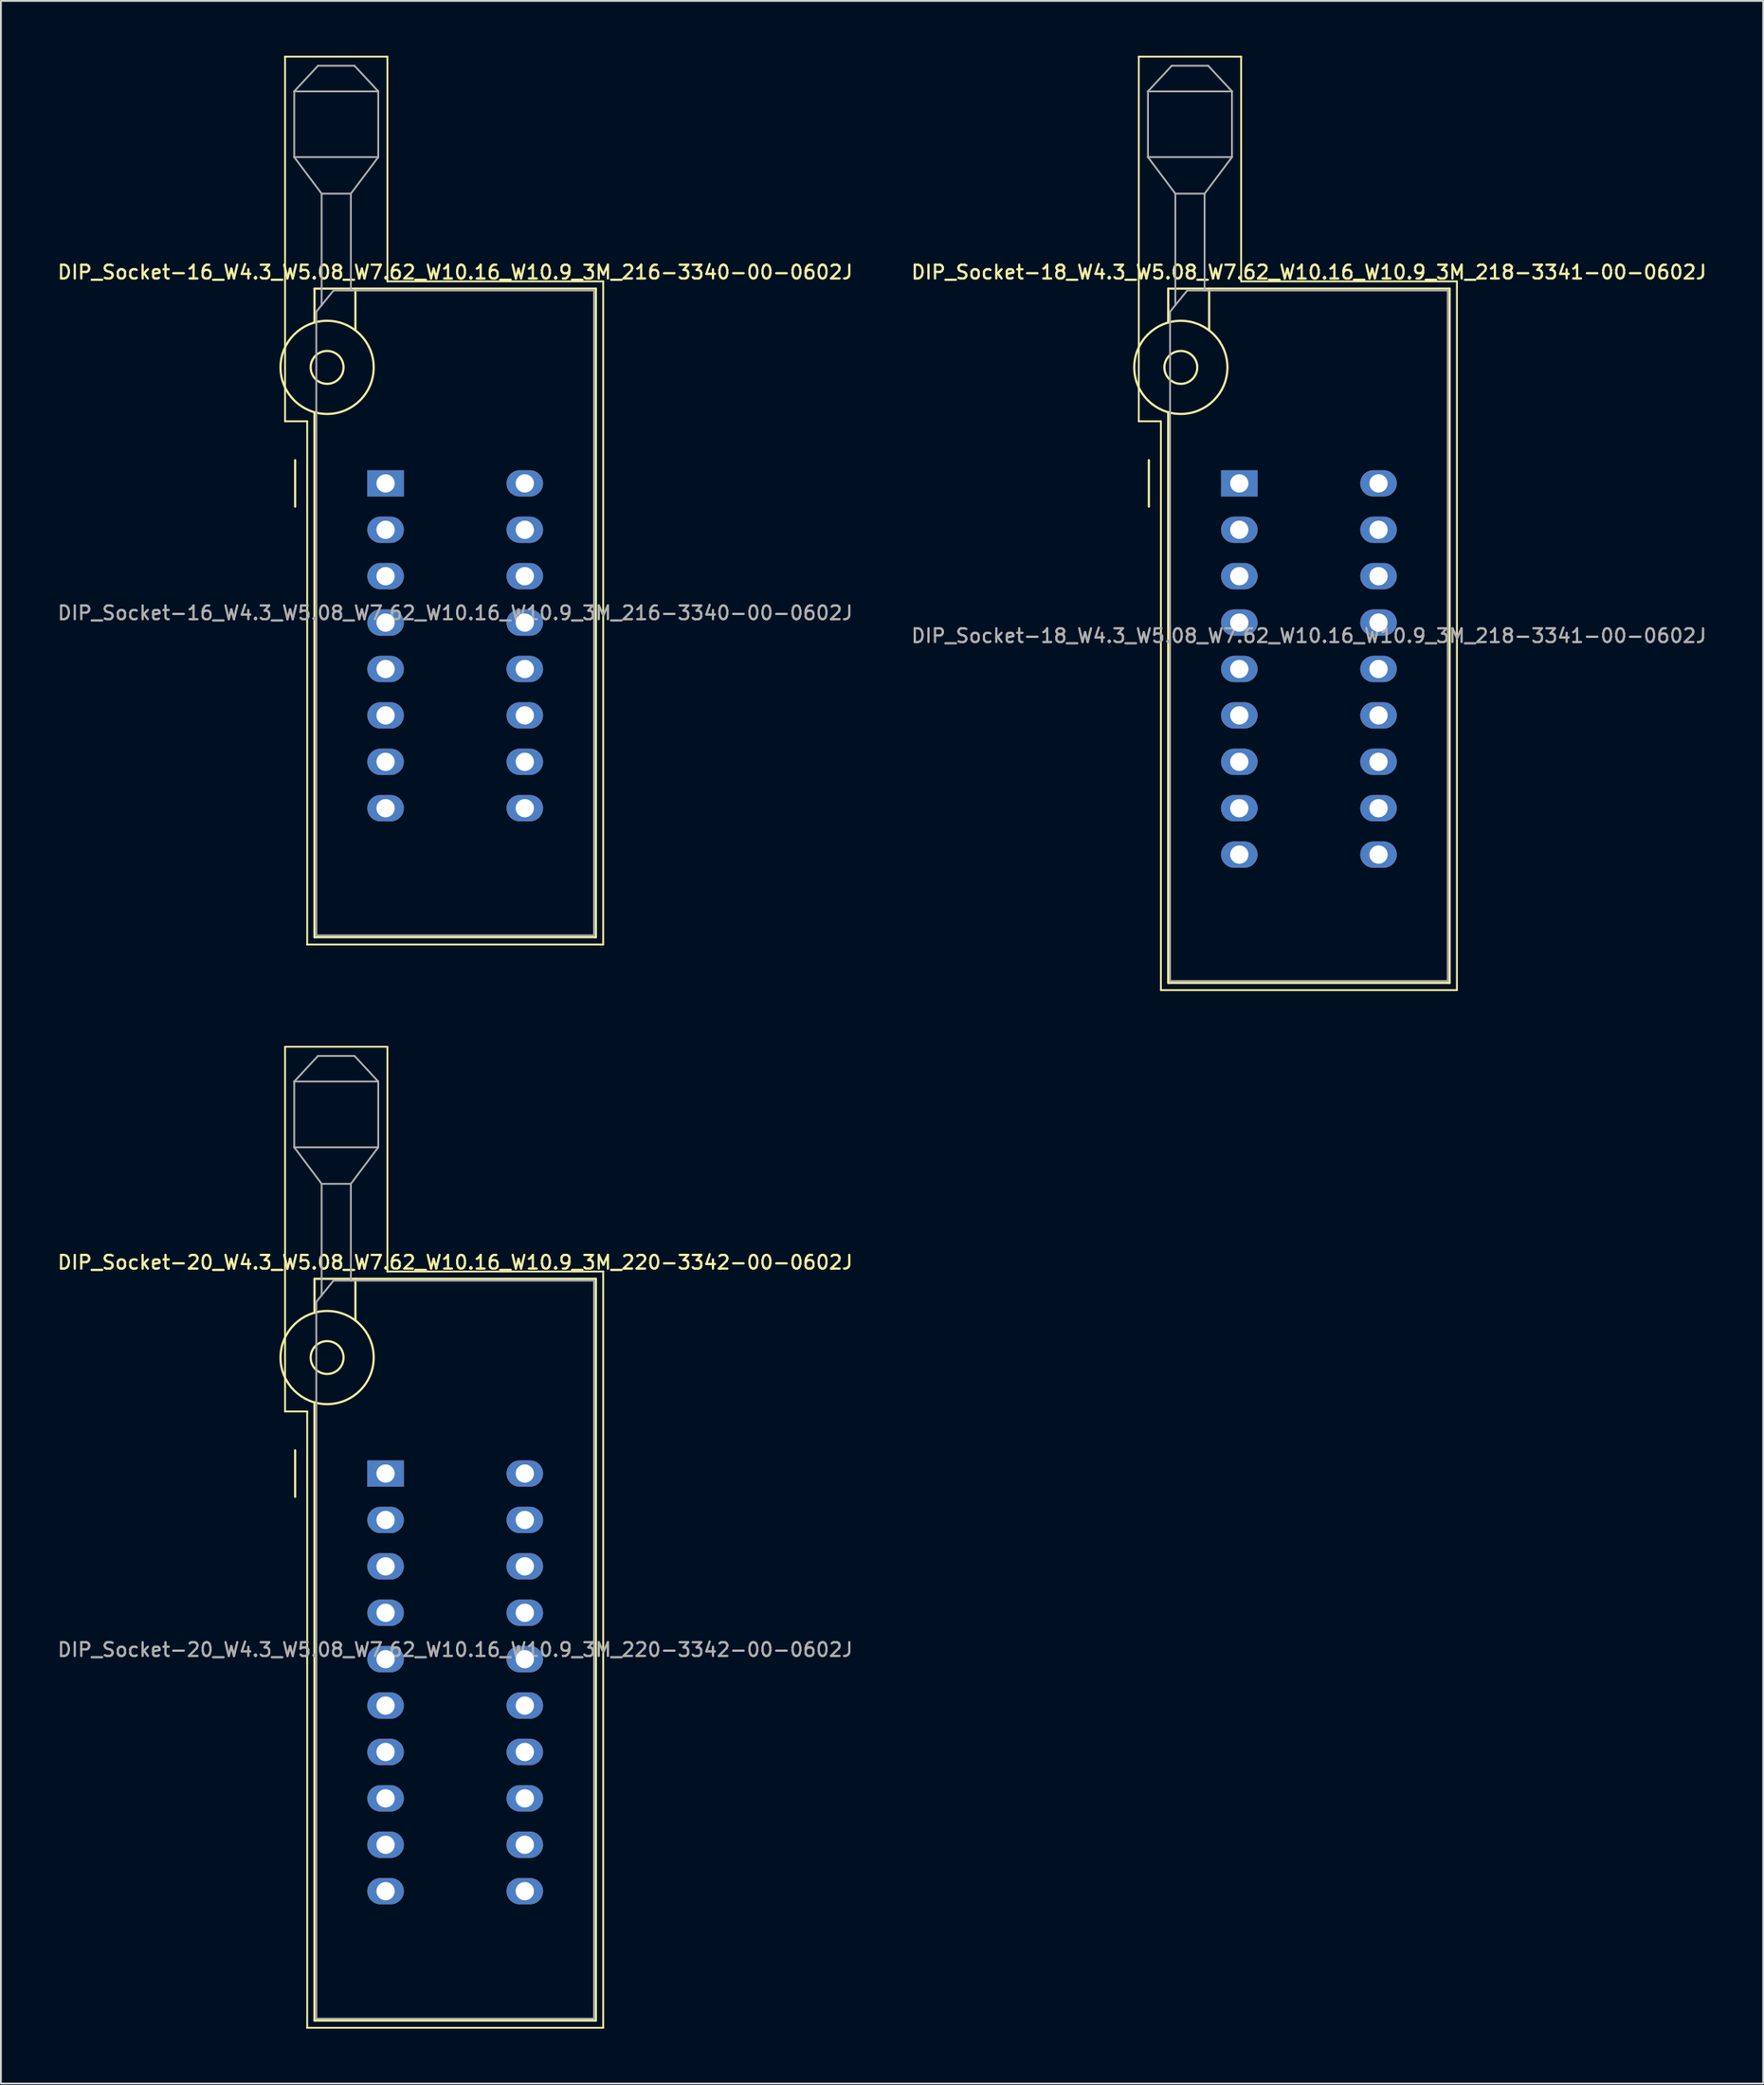
<source format=kicad_pcb>
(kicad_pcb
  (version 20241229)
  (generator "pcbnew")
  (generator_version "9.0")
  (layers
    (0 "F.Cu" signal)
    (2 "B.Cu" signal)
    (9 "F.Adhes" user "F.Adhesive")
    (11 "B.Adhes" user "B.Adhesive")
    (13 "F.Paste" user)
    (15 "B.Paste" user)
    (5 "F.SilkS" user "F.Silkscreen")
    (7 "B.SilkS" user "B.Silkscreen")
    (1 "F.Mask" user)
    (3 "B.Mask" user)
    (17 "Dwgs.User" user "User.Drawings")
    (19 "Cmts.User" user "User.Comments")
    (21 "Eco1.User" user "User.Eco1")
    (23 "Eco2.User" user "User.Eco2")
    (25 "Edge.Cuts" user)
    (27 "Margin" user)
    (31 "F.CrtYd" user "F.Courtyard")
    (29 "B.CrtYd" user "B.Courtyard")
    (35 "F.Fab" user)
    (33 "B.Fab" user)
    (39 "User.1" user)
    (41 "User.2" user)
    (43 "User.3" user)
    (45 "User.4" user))
  (footprint "DIP_Socket-16_W4.3_W5.08_W7.62_W10.16_W10.9_3M_216-3340-00-0602J"
    (layer "F.Cu")
    (at 18.053 23.41)
    (property "Reference" "DIP_Socket-16_W4.3_W5.08_W7.62_W10.16_W10.9_3M_216-3340-00-0602J" (at 3.81 -11.56 0) (layer "F.SilkS") (effects (font (size 0.75 0.75) (thickness 0.125))))
    (attr through_hole)
    (fp_line (start -5.5 -23.36) (end 0.1 -23.36) (stroke (width 0.1) (type solid)) (layer "F.SilkS"))
    (fp_line (start -5.5 -3.4) (end -5.5 -23.36) (stroke (width 0.1) (type solid)) (layer "F.SilkS"))
    (fp_line (start -4.95 1.27) (end -4.95 -1.27) (stroke (width 0.12) (type solid)) (layer "F.SilkS"))
    (fp_line (start -4.29 -3.4) (end -5.5 -3.4) (stroke (width 0.1) (type solid)) (layer "F.SilkS"))
    (fp_line (start -4.29 25.24) (end -4.29 -3.4) (stroke (width 0.1) (type solid)) (layer "F.SilkS"))
    (fp_line (start -3.89 -10.66) (end -3.89 -8.8) (stroke (width 0.12) (type solid)) (layer "F.SilkS"))
    (fp_line (start -3.89 -3.9) (end -3.89 24.84) (stroke (width 0.12) (type solid)) (layer "F.SilkS"))
    (fp_line (start -3.89 24.84) (end 11.51 24.84) (stroke (width 0.12) (type solid)) (layer "F.SilkS"))
    (fp_line (start -1.65 -10.66) (end -1.65 -8.4) (stroke (width 0.12) (type solid)) (layer "F.SilkS"))
    (fp_line (start 0.1 -23.36) (end 0.1 -11.06) (stroke (width 0.1) (type solid)) (layer "F.SilkS"))
    (fp_line (start 0.1 -11.06) (end 11.91 -11.06) (stroke (width 0.1) (type solid)) (layer "F.SilkS"))
    (fp_line (start 11.51 -10.66) (end -3.89 -10.66) (stroke (width 0.12) (type solid)) (layer "F.SilkS"))
    (fp_line (start 11.51 24.84) (end 11.51 -10.66) (stroke (width 0.12) (type solid)) (layer "F.SilkS"))
    (fp_line (start 11.91 -11.06) (end 11.91 25.24) (stroke (width 0.1) (type solid)) (layer "F.SilkS"))
    (fp_line (start 11.91 25.24) (end -4.29 25.24) (stroke (width 0.1) (type solid)) (layer "F.SilkS"))
    (fp_circle (center -3.2 -6.35) (end -2.3 -6.35) (stroke (width 0.12) (type solid)) (fill no) (layer "F.SilkS"))
    (fp_circle (center -3.2 -6.35) (end -0.65 -6.35) (stroke (width 0.12) (type solid)) (fill no) (layer "F.SilkS"))
    (fp_line (start -5 -21.46) (end -5 -17.86) (stroke (width 0.1) (type solid)) (layer "F.Fab"))
    (fp_line (start -5 -21.46) (end -3.7 -22.86) (stroke (width 0.1) (type solid)) (layer "F.Fab"))
    (fp_line (start -5 -17.86) (end -3.5 -15.86) (stroke (width 0.1) (type solid)) (layer "F.Fab"))
    (fp_line (start -5 -17.86) (end -0.4 -17.86) (stroke (width 0.1) (type solid)) (layer "F.Fab"))
    (fp_line (start -3.79 -9.4) (end -2.85 -10.56) (stroke (width 0.1) (type solid)) (layer "F.Fab"))
    (fp_line (start -3.79 24.74) (end -3.79 -9.4) (stroke (width 0.1) (type solid)) (layer "F.Fab"))
    (fp_line (start -3.7 -22.86) (end -1.7 -22.86) (stroke (width 0.1) (type solid)) (layer "F.Fab"))
    (fp_line (start -3.5 -15.86) (end -1.9 -15.86) (stroke (width 0.1) (type solid)) (layer "F.Fab"))
    (fp_line (start -3.5 -9.75) (end -3.5 -15.86) (stroke (width 0.1) (type solid)) (layer "F.Fab"))
    (fp_line (start -2.85 -10.56) (end 11.41 -10.56) (stroke (width 0.1) (type solid)) (layer "F.Fab"))
    (fp_line (start -1.9 -15.86) (end -1.9 -10.56) (stroke (width 0.1) (type solid)) (layer "F.Fab"))
    (fp_line (start -1.7 -22.86) (end -0.4 -21.46) (stroke (width 0.1) (type solid)) (layer "F.Fab"))
    (fp_line (start -0.4 -21.46) (end -5 -21.46) (stroke (width 0.1) (type solid)) (layer "F.Fab"))
    (fp_line (start -0.4 -17.86) (end -1.9 -15.86) (stroke (width 0.1) (type solid)) (layer "F.Fab"))
    (fp_line (start -0.4 -17.86) (end -0.4 -21.46) (stroke (width 0.1) (type solid)) (layer "F.Fab"))
    (fp_line (start 11.41 -10.56) (end 11.41 24.74) (stroke (width 0.1) (type solid)) (layer "F.Fab"))
    (fp_line (start 11.41 24.74) (end -3.79 24.74) (stroke (width 0.1) (type solid)) (layer "F.Fab"))
    (fp_text user "${REFERENCE}" (at 3.81 7.09 0) (layer "F.Fab") (effects (font (size 0.75 0.75) (thickness 0.125))))
    (pad "1" thru_hole rect (at 0 0) (size 2 1.44) (drill 1) (layers "*.Cu" "*.Mask"))
    (pad "2" thru_hole oval (at 0 2.54) (size 2 1.44) (drill 1) (layers "*.Cu" "*.Mask"))
    (pad "3" thru_hole oval (at 0 5.08) (size 2 1.44) (drill 1) (layers "*.Cu" "*.Mask"))
    (pad "4" thru_hole oval (at 0 7.62) (size 2 1.44) (drill 1) (layers "*.Cu" "*.Mask"))
    (pad "5" thru_hole oval (at 0 10.16) (size 2 1.44) (drill 1) (layers "*.Cu" "*.Mask"))
    (pad "6" thru_hole oval (at 0 12.7) (size 2 1.44) (drill 1) (layers "*.Cu" "*.Mask"))
    (pad "7" thru_hole oval (at 0 15.24) (size 2 1.44) (drill 1) (layers "*.Cu" "*.Mask"))
    (pad "8" thru_hole oval (at 0 17.78) (size 2 1.44) (drill 1) (layers "*.Cu" "*.Mask"))
    (pad "9" thru_hole oval (at 7.62 17.78) (size 2 1.44) (drill 1) (layers "*.Cu" "*.Mask"))
    (pad "10" thru_hole oval (at 7.62 15.24) (size 2 1.44) (drill 1) (layers "*.Cu" "*.Mask"))
    (pad "11" thru_hole oval (at 7.62 12.7) (size 2 1.44) (drill 1) (layers "*.Cu" "*.Mask"))
    (pad "12" thru_hole oval (at 7.62 10.16) (size 2 1.44) (drill 1) (layers "*.Cu" "*.Mask"))
    (pad "13" thru_hole oval (at 7.62 7.62) (size 2 1.44) (drill 1) (layers "*.Cu" "*.Mask"))
    (pad "14" thru_hole oval (at 7.62 5.08) (size 2 1.44) (drill 1) (layers "*.Cu" "*.Mask"))
    (pad "15" thru_hole oval (at 7.62 2.54) (size 2 1.44) (drill 1) (layers "*.Cu" "*.Mask"))
    (pad "16" thru_hole oval (at 7.62 0) (size 2 1.44) (drill 1) (layers "*.Cu" "*.Mask")))
  (footprint "DIP_Socket-20_W4.3_W5.08_W7.62_W10.16_W10.9_3M_220-3342-00-0602J"
    (layer "F.Cu")
    (at 18.053 77.61)
    (property "Reference" "DIP_Socket-20_W4.3_W5.08_W7.62_W10.16_W10.9_3M_220-3342-00-0602J" (at 3.81 -11.56 0) (layer "F.SilkS") (effects (font (size 0.75 0.75) (thickness 0.125))))
    (attr through_hole)
    (fp_line (start -5.5 -23.36) (end 0.1 -23.36) (stroke (width 0.1) (type solid)) (layer "F.SilkS"))
    (fp_line (start -5.5 -3.4) (end -5.5 -23.36) (stroke (width 0.1) (type solid)) (layer "F.SilkS"))
    (fp_line (start -4.95 1.27) (end -4.95 -1.27) (stroke (width 0.12) (type solid)) (layer "F.SilkS"))
    (fp_line (start -4.29 -3.4) (end -5.5 -3.4) (stroke (width 0.1) (type solid)) (layer "F.SilkS"))
    (fp_line (start -4.29 30.34) (end -4.29 -3.4) (stroke (width 0.1) (type solid)) (layer "F.SilkS"))
    (fp_line (start -3.89 -10.66) (end -3.89 -8.8) (stroke (width 0.12) (type solid)) (layer "F.SilkS"))
    (fp_line (start -3.89 -3.9) (end -3.89 29.94) (stroke (width 0.12) (type solid)) (layer "F.SilkS"))
    (fp_line (start -3.89 29.94) (end 11.51 29.94) (stroke (width 0.12) (type solid)) (layer "F.SilkS"))
    (fp_line (start -1.65 -10.66) (end -1.65 -8.4) (stroke (width 0.12) (type solid)) (layer "F.SilkS"))
    (fp_line (start 0.1 -23.36) (end 0.1 -11.06) (stroke (width 0.1) (type solid)) (layer "F.SilkS"))
    (fp_line (start 0.1 -11.06) (end 11.91 -11.06) (stroke (width 0.1) (type solid)) (layer "F.SilkS"))
    (fp_line (start 11.51 -10.66) (end -3.89 -10.66) (stroke (width 0.12) (type solid)) (layer "F.SilkS"))
    (fp_line (start 11.51 29.94) (end 11.51 -10.66) (stroke (width 0.12) (type solid)) (layer "F.SilkS"))
    (fp_line (start 11.91 -11.06) (end 11.91 30.34) (stroke (width 0.1) (type solid)) (layer "F.SilkS"))
    (fp_line (start 11.91 30.34) (end -4.29 30.34) (stroke (width 0.1) (type solid)) (layer "F.SilkS"))
    (fp_circle (center -3.2 -6.35) (end -2.3 -6.35) (stroke (width 0.12) (type solid)) (fill no) (layer "F.SilkS"))
    (fp_circle (center -3.2 -6.35) (end -0.65 -6.35) (stroke (width 0.12) (type solid)) (fill no) (layer "F.SilkS"))
    (fp_line (start -5 -21.46) (end -5 -17.86) (stroke (width 0.1) (type solid)) (layer "F.Fab"))
    (fp_line (start -5 -21.46) (end -3.7 -22.86) (stroke (width 0.1) (type solid)) (layer "F.Fab"))
    (fp_line (start -5 -17.86) (end -3.5 -15.86) (stroke (width 0.1) (type solid)) (layer "F.Fab"))
    (fp_line (start -5 -17.86) (end -0.4 -17.86) (stroke (width 0.1) (type solid)) (layer "F.Fab"))
    (fp_line (start -3.79 -9.4) (end -2.85 -10.56) (stroke (width 0.1) (type solid)) (layer "F.Fab"))
    (fp_line (start -3.79 29.84) (end -3.79 -9.4) (stroke (width 0.1) (type solid)) (layer "F.Fab"))
    (fp_line (start -3.7 -22.86) (end -1.7 -22.86) (stroke (width 0.1) (type solid)) (layer "F.Fab"))
    (fp_line (start -3.5 -15.86) (end -1.9 -15.86) (stroke (width 0.1) (type solid)) (layer "F.Fab"))
    (fp_line (start -3.5 -9.75) (end -3.5 -15.86) (stroke (width 0.1) (type solid)) (layer "F.Fab"))
    (fp_line (start -2.85 -10.56) (end 11.41 -10.56) (stroke (width 0.1) (type solid)) (layer "F.Fab"))
    (fp_line (start -1.9 -15.86) (end -1.9 -10.56) (stroke (width 0.1) (type solid)) (layer "F.Fab"))
    (fp_line (start -1.7 -22.86) (end -0.4 -21.46) (stroke (width 0.1) (type solid)) (layer "F.Fab"))
    (fp_line (start -0.4 -21.46) (end -5 -21.46) (stroke (width 0.1) (type solid)) (layer "F.Fab"))
    (fp_line (start -0.4 -17.86) (end -1.9 -15.86) (stroke (width 0.1) (type solid)) (layer "F.Fab"))
    (fp_line (start -0.4 -17.86) (end -0.4 -21.46) (stroke (width 0.1) (type solid)) (layer "F.Fab"))
    (fp_line (start 11.41 -10.56) (end 11.41 29.84) (stroke (width 0.1) (type solid)) (layer "F.Fab"))
    (fp_line (start 11.41 29.84) (end -3.79 29.84) (stroke (width 0.1) (type solid)) (layer "F.Fab"))
    (fp_text user "${REFERENCE}" (at 3.81 9.64 0) (layer "F.Fab") (effects (font (size 0.75 0.75) (thickness 0.125))))
    (pad "1" thru_hole rect (at 0 0) (size 2 1.44) (drill 1) (layers "*.Cu" "*.Mask"))
    (pad "2" thru_hole oval (at 0 2.54) (size 2 1.44) (drill 1) (layers "*.Cu" "*.Mask"))
    (pad "3" thru_hole oval (at 0 5.08) (size 2 1.44) (drill 1) (layers "*.Cu" "*.Mask"))
    (pad "4" thru_hole oval (at 0 7.62) (size 2 1.44) (drill 1) (layers "*.Cu" "*.Mask"))
    (pad "5" thru_hole oval (at 0 10.16) (size 2 1.44) (drill 1) (layers "*.Cu" "*.Mask"))
    (pad "6" thru_hole oval (at 0 12.7) (size 2 1.44) (drill 1) (layers "*.Cu" "*.Mask"))
    (pad "7" thru_hole oval (at 0 15.24) (size 2 1.44) (drill 1) (layers "*.Cu" "*.Mask"))
    (pad "8" thru_hole oval (at 0 17.78) (size 2 1.44) (drill 1) (layers "*.Cu" "*.Mask"))
    (pad "9" thru_hole oval (at 0 20.32) (size 2 1.44) (drill 1) (layers "*.Cu" "*.Mask"))
    (pad "10" thru_hole oval (at 0 22.86) (size 2 1.44) (drill 1) (layers "*.Cu" "*.Mask"))
    (pad "11" thru_hole oval (at 7.62 22.86) (size 2 1.44) (drill 1) (layers "*.Cu" "*.Mask"))
    (pad "12" thru_hole oval (at 7.62 20.32) (size 2 1.44) (drill 1) (layers "*.Cu" "*.Mask"))
    (pad "13" thru_hole oval (at 7.62 17.78) (size 2 1.44) (drill 1) (layers "*.Cu" "*.Mask"))
    (pad "14" thru_hole oval (at 7.62 15.24) (size 2 1.44) (drill 1) (layers "*.Cu" "*.Mask"))
    (pad "15" thru_hole oval (at 7.62 12.7) (size 2 1.44) (drill 1) (layers "*.Cu" "*.Mask"))
    (pad "16" thru_hole oval (at 7.62 10.16) (size 2 1.44) (drill 1) (layers "*.Cu" "*.Mask"))
    (pad "17" thru_hole oval (at 7.62 7.62) (size 2 1.44) (drill 1) (layers "*.Cu" "*.Mask"))
    (pad "18" thru_hole oval (at 7.62 5.08) (size 2 1.44) (drill 1) (layers "*.Cu" "*.Mask"))
    (pad "19" thru_hole oval (at 7.62 2.54) (size 2 1.44) (drill 1) (layers "*.Cu" "*.Mask"))
    (pad "20" thru_hole oval (at 7.62 0) (size 2 1.44) (drill 1) (layers "*.Cu" "*.Mask")))
  (footprint "DIP_Socket-18_W4.3_W5.08_W7.62_W10.16_W10.9_3M_218-3341-00-0602J"
    (layer "F.Cu")
    (at 64.778 23.41)
    (property "Reference" "DIP_Socket-18_W4.3_W5.08_W7.62_W10.16_W10.9_3M_218-3341-00-0602J" (at 3.81 -11.56 0) (layer "F.SilkS") (effects (font (size 0.75 0.75) (thickness 0.125))))
    (attr through_hole)
    (fp_line (start -5.5 -23.36) (end 0.1 -23.36) (stroke (width 0.1) (type solid)) (layer "F.SilkS"))
    (fp_line (start -5.5 -3.4) (end -5.5 -23.36) (stroke (width 0.1) (type solid)) (layer "F.SilkS"))
    (fp_line (start -4.95 1.27) (end -4.95 -1.27) (stroke (width 0.12) (type solid)) (layer "F.SilkS"))
    (fp_line (start -4.29 -3.4) (end -5.5 -3.4) (stroke (width 0.1) (type solid)) (layer "F.SilkS"))
    (fp_line (start -4.29 27.74) (end -4.29 -3.4) (stroke (width 0.1) (type solid)) (layer "F.SilkS"))
    (fp_line (start -3.89 -10.66) (end -3.89 -8.8) (stroke (width 0.12) (type solid)) (layer "F.SilkS"))
    (fp_line (start -3.89 -3.9) (end -3.89 27.34) (stroke (width 0.12) (type solid)) (layer "F.SilkS"))
    (fp_line (start -3.89 27.34) (end 11.51 27.34) (stroke (width 0.12) (type solid)) (layer "F.SilkS"))
    (fp_line (start -1.65 -10.66) (end -1.65 -8.4) (stroke (width 0.12) (type solid)) (layer "F.SilkS"))
    (fp_line (start 0.1 -23.36) (end 0.1 -11.06) (stroke (width 0.1) (type solid)) (layer "F.SilkS"))
    (fp_line (start 0.1 -11.06) (end 11.91 -11.06) (stroke (width 0.1) (type solid)) (layer "F.SilkS"))
    (fp_line (start 11.51 -10.66) (end -3.89 -10.66) (stroke (width 0.12) (type solid)) (layer "F.SilkS"))
    (fp_line (start 11.51 27.34) (end 11.51 -10.66) (stroke (width 0.12) (type solid)) (layer "F.SilkS"))
    (fp_line (start 11.91 -11.06) (end 11.91 27.74) (stroke (width 0.1) (type solid)) (layer "F.SilkS"))
    (fp_line (start 11.91 27.74) (end -4.29 27.74) (stroke (width 0.1) (type solid)) (layer "F.SilkS"))
    (fp_circle (center -3.2 -6.35) (end -2.3 -6.35) (stroke (width 0.12) (type solid)) (fill no) (layer "F.SilkS"))
    (fp_circle (center -3.2 -6.35) (end -0.65 -6.35) (stroke (width 0.12) (type solid)) (fill no) (layer "F.SilkS"))
    (fp_line (start -5 -21.46) (end -5 -17.86) (stroke (width 0.1) (type solid)) (layer "F.Fab"))
    (fp_line (start -5 -21.46) (end -3.7 -22.86) (stroke (width 0.1) (type solid)) (layer "F.Fab"))
    (fp_line (start -5 -17.86) (end -3.5 -15.86) (stroke (width 0.1) (type solid)) (layer "F.Fab"))
    (fp_line (start -5 -17.86) (end -0.4 -17.86) (stroke (width 0.1) (type solid)) (layer "F.Fab"))
    (fp_line (start -3.79 -9.4) (end -2.85 -10.56) (stroke (width 0.1) (type solid)) (layer "F.Fab"))
    (fp_line (start -3.79 27.24) (end -3.79 -9.4) (stroke (width 0.1) (type solid)) (layer "F.Fab"))
    (fp_line (start -3.7 -22.86) (end -1.7 -22.86) (stroke (width 0.1) (type solid)) (layer "F.Fab"))
    (fp_line (start -3.5 -15.86) (end -1.9 -15.86) (stroke (width 0.1) (type solid)) (layer "F.Fab"))
    (fp_line (start -3.5 -9.75) (end -3.5 -15.86) (stroke (width 0.1) (type solid)) (layer "F.Fab"))
    (fp_line (start -2.85 -10.56) (end 11.41 -10.56) (stroke (width 0.1) (type solid)) (layer "F.Fab"))
    (fp_line (start -1.9 -15.86) (end -1.9 -10.56) (stroke (width 0.1) (type solid)) (layer "F.Fab"))
    (fp_line (start -1.7 -22.86) (end -0.4 -21.46) (stroke (width 0.1) (type solid)) (layer "F.Fab"))
    (fp_line (start -0.4 -21.46) (end -5 -21.46) (stroke (width 0.1) (type solid)) (layer "F.Fab"))
    (fp_line (start -0.4 -17.86) (end -1.9 -15.86) (stroke (width 0.1) (type solid)) (layer "F.Fab"))
    (fp_line (start -0.4 -17.86) (end -0.4 -21.46) (stroke (width 0.1) (type solid)) (layer "F.Fab"))
    (fp_line (start 11.41 -10.56) (end 11.41 27.24) (stroke (width 0.1) (type solid)) (layer "F.Fab"))
    (fp_line (start 11.41 27.24) (end -3.79 27.24) (stroke (width 0.1) (type solid)) (layer "F.Fab"))
    (fp_text user "${REFERENCE}" (at 3.81 8.34 0) (layer "F.Fab") (effects (font (size 0.75 0.75) (thickness 0.125))))
    (pad "1" thru_hole rect (at 0 0) (size 2 1.44) (drill 1) (layers "*.Cu" "*.Mask"))
    (pad "2" thru_hole oval (at 0 2.54) (size 2 1.44) (drill 1) (layers "*.Cu" "*.Mask"))
    (pad "3" thru_hole oval (at 0 5.08) (size 2 1.44) (drill 1) (layers "*.Cu" "*.Mask"))
    (pad "4" thru_hole oval (at 0 7.62) (size 2 1.44) (drill 1) (layers "*.Cu" "*.Mask"))
    (pad "5" thru_hole oval (at 0 10.16) (size 2 1.44) (drill 1) (layers "*.Cu" "*.Mask"))
    (pad "6" thru_hole oval (at 0 12.7) (size 2 1.44) (drill 1) (layers "*.Cu" "*.Mask"))
    (pad "7" thru_hole oval (at 0 15.24) (size 2 1.44) (drill 1) (layers "*.Cu" "*.Mask"))
    (pad "8" thru_hole oval (at 0 17.78) (size 2 1.44) (drill 1) (layers "*.Cu" "*.Mask"))
    (pad "9" thru_hole oval (at 0 20.32) (size 2 1.44) (drill 1) (layers "*.Cu" "*.Mask"))
    (pad "10" thru_hole oval (at 7.62 20.32) (size 2 1.44) (drill 1) (layers "*.Cu" "*.Mask"))
    (pad "11" thru_hole oval (at 7.62 17.78) (size 2 1.44) (drill 1) (layers "*.Cu" "*.Mask"))
    (pad "12" thru_hole oval (at 7.62 15.24) (size 2 1.44) (drill 1) (layers "*.Cu" "*.Mask"))
    (pad "13" thru_hole oval (at 7.62 12.7) (size 2 1.44) (drill 1) (layers "*.Cu" "*.Mask"))
    (pad "14" thru_hole oval (at 7.62 10.16) (size 2 1.44) (drill 1) (layers "*.Cu" "*.Mask"))
    (pad "15" thru_hole oval (at 7.62 7.62) (size 2 1.44) (drill 1) (layers "*.Cu" "*.Mask"))
    (pad "16" thru_hole oval (at 7.62 5.08) (size 2 1.44) (drill 1) (layers "*.Cu" "*.Mask"))
    (pad "17" thru_hole oval (at 7.62 2.54) (size 2 1.44) (drill 1) (layers "*.Cu" "*.Mask"))
    (pad "18" thru_hole oval (at 7.62 0) (size 2 1.44) (drill 1) (layers "*.Cu" "*.Mask")))
  (gr_rect
    (start -3 -3)
    (end 93.45 111)
    (stroke (width 0.1) (type default))
    (fill no)
    (layer "Edge.Cuts")))
</source>
